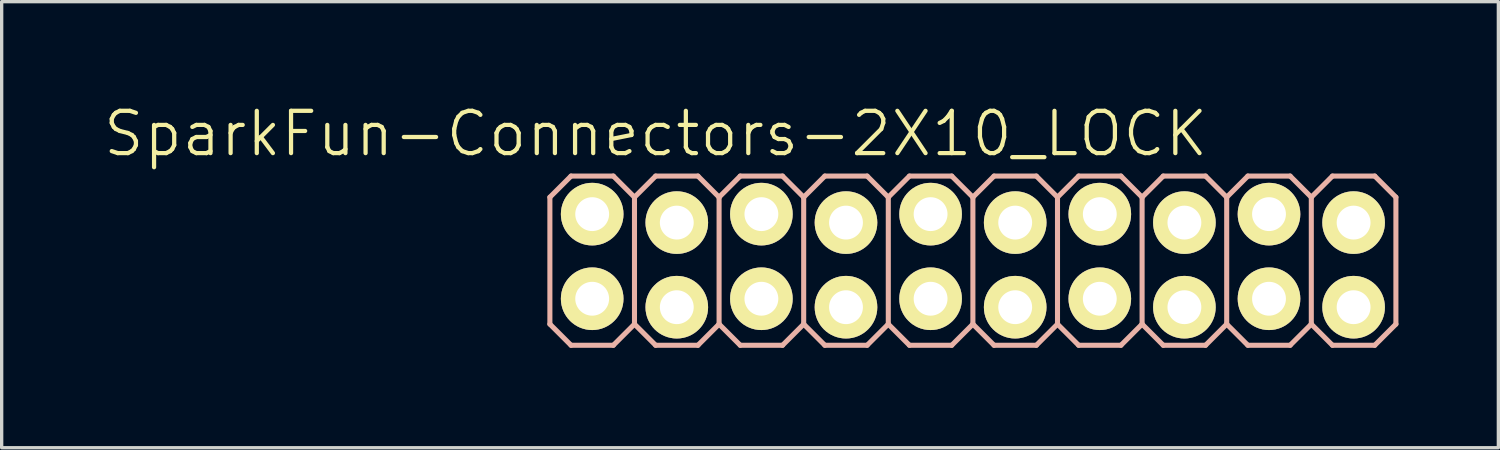
<source format=kicad_pcb>
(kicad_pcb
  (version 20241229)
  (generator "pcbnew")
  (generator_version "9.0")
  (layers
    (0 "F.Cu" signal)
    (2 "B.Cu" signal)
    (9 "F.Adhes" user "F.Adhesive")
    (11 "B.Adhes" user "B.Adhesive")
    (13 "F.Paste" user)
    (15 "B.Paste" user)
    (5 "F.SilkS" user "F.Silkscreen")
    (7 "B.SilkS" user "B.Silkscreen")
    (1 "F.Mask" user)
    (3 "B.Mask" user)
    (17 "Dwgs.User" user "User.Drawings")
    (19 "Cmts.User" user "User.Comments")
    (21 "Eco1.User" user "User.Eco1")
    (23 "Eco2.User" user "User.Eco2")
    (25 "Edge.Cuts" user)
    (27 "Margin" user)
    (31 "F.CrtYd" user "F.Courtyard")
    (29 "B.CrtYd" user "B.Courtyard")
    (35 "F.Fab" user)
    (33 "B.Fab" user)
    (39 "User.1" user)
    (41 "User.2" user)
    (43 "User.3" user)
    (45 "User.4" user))
  (footprint "SparkFun-Connectors-2X10_LOCK"
    (layer "F.Cu")
    (at 26.159 4.776)
    (property "Reference" "SparkFun-Connectors-2X10_LOCK" (at -9.525 -3.81 0) (layer "F.SilkS") (effects (font (size 1.27 1.27) (thickness 0.127))))
    (attr exclude_from_pos_files exclude_from_bom)
    (fp_line (start -11.684 -1.524) (end -11.176 -1.524) (stroke (width 0.066) (type solid)) (layer "F.SilkS"))
    (fp_line (start -11.684 -1.016) (end -11.684 -1.524) (stroke (width 0.066) (type solid)) (layer "F.SilkS"))
    (fp_line (start -11.684 -1.016) (end -11.176 -1.016) (stroke (width 0.066) (type solid)) (layer "F.SilkS"))
    (fp_line (start -11.684 1.016) (end -11.176 1.016) (stroke (width 0.066) (type solid)) (layer "F.SilkS"))
    (fp_line (start -11.684 1.524) (end -11.684 1.016) (stroke (width 0.066) (type solid)) (layer "F.SilkS"))
    (fp_line (start -11.684 1.524) (end -11.176 1.524) (stroke (width 0.066) (type solid)) (layer "F.SilkS"))
    (fp_line (start -11.176 -1.016) (end -11.176 -1.524) (stroke (width 0.066) (type solid)) (layer "F.SilkS"))
    (fp_line (start -11.176 1.524) (end -11.176 1.016) (stroke (width 0.066) (type solid)) (layer "F.SilkS"))
    (fp_line (start -9.144 -1.524) (end -8.636 -1.524) (stroke (width 0.066) (type solid)) (layer "F.SilkS"))
    (fp_line (start -9.144 -1.016) (end -9.144 -1.524) (stroke (width 0.066) (type solid)) (layer "F.SilkS"))
    (fp_line (start -9.144 -1.016) (end -8.636 -1.016) (stroke (width 0.066) (type solid)) (layer "F.SilkS"))
    (fp_line (start -9.144 1.016) (end -8.636 1.016) (stroke (width 0.066) (type solid)) (layer "F.SilkS"))
    (fp_line (start -9.144 1.524) (end -9.144 1.016) (stroke (width 0.066) (type solid)) (layer "F.SilkS"))
    (fp_line (start -9.144 1.524) (end -8.636 1.524) (stroke (width 0.066) (type solid)) (layer "F.SilkS"))
    (fp_line (start -8.636 -1.016) (end -8.636 -1.524) (stroke (width 0.066) (type solid)) (layer "F.SilkS"))
    (fp_line (start -8.636 1.524) (end -8.636 1.016) (stroke (width 0.066) (type solid)) (layer "F.SilkS"))
    (fp_line (start -6.604 -1.524) (end -6.096 -1.524) (stroke (width 0.066) (type solid)) (layer "F.SilkS"))
    (fp_line (start -6.604 -1.016) (end -6.604 -1.524) (stroke (width 0.066) (type solid)) (layer "F.SilkS"))
    (fp_line (start -6.604 -1.016) (end -6.096 -1.016) (stroke (width 0.066) (type solid)) (layer "F.SilkS"))
    (fp_line (start -6.604 1.016) (end -6.096 1.016) (stroke (width 0.066) (type solid)) (layer "F.SilkS"))
    (fp_line (start -6.604 1.524) (end -6.604 1.016) (stroke (width 0.066) (type solid)) (layer "F.SilkS"))
    (fp_line (start -6.604 1.524) (end -6.096 1.524) (stroke (width 0.066) (type solid)) (layer "F.SilkS"))
    (fp_line (start -6.096 -1.016) (end -6.096 -1.524) (stroke (width 0.066) (type solid)) (layer "F.SilkS"))
    (fp_line (start -6.096 1.524) (end -6.096 1.016) (stroke (width 0.066) (type solid)) (layer "F.SilkS"))
    (fp_line (start -4.064 -1.524) (end -3.556 -1.524) (stroke (width 0.066) (type solid)) (layer "F.SilkS"))
    (fp_line (start -4.064 -1.016) (end -4.064 -1.524) (stroke (width 0.066) (type solid)) (layer "F.SilkS"))
    (fp_line (start -4.064 -1.016) (end -3.556 -1.016) (stroke (width 0.066) (type solid)) (layer "F.SilkS"))
    (fp_line (start -4.064 1.016) (end -3.556 1.016) (stroke (width 0.066) (type solid)) (layer "F.SilkS"))
    (fp_line (start -4.064 1.524) (end -4.064 1.016) (stroke (width 0.066) (type solid)) (layer "F.SilkS"))
    (fp_line (start -4.064 1.524) (end -3.556 1.524) (stroke (width 0.066) (type solid)) (layer "F.SilkS"))
    (fp_line (start -3.556 -1.016) (end -3.556 -1.524) (stroke (width 0.066) (type solid)) (layer "F.SilkS"))
    (fp_line (start -3.556 1.524) (end -3.556 1.016) (stroke (width 0.066) (type solid)) (layer "F.SilkS"))
    (fp_line (start -1.524 -1.524) (end -1.016 -1.524) (stroke (width 0.066) (type solid)) (layer "F.SilkS"))
    (fp_line (start -1.524 -1.016) (end -1.524 -1.524) (stroke (width 0.066) (type solid)) (layer "F.SilkS"))
    (fp_line (start -1.524 -1.016) (end -1.016 -1.016) (stroke (width 0.066) (type solid)) (layer "F.SilkS"))
    (fp_line (start -1.524 1.016) (end -1.016 1.016) (stroke (width 0.066) (type solid)) (layer "F.SilkS"))
    (fp_line (start -1.524 1.524) (end -1.524 1.016) (stroke (width 0.066) (type solid)) (layer "F.SilkS"))
    (fp_line (start -1.524 1.524) (end -1.016 1.524) (stroke (width 0.066) (type solid)) (layer "F.SilkS"))
    (fp_line (start -1.016 -1.016) (end -1.016 -1.524) (stroke (width 0.066) (type solid)) (layer "F.SilkS"))
    (fp_line (start -1.016 1.524) (end -1.016 1.016) (stroke (width 0.066) (type solid)) (layer "F.SilkS"))
    (fp_line (start 1.016 -1.524) (end 1.524 -1.524) (stroke (width 0.066) (type solid)) (layer "F.SilkS"))
    (fp_line (start 1.016 -1.016) (end 1.016 -1.524) (stroke (width 0.066) (type solid)) (layer "F.SilkS"))
    (fp_line (start 1.016 -1.016) (end 1.524 -1.016) (stroke (width 0.066) (type solid)) (layer "F.SilkS"))
    (fp_line (start 1.016 1.016) (end 1.524 1.016) (stroke (width 0.066) (type solid)) (layer "F.SilkS"))
    (fp_line (start 1.016 1.524) (end 1.016 1.016) (stroke (width 0.066) (type solid)) (layer "F.SilkS"))
    (fp_line (start 1.016 1.524) (end 1.524 1.524) (stroke (width 0.066) (type solid)) (layer "F.SilkS"))
    (fp_line (start 1.524 -1.016) (end 1.524 -1.524) (stroke (width 0.066) (type solid)) (layer "F.SilkS"))
    (fp_line (start 1.524 1.524) (end 1.524 1.016) (stroke (width 0.066) (type solid)) (layer "F.SilkS"))
    (fp_line (start 3.556 -1.524) (end 4.064 -1.524) (stroke (width 0.066) (type solid)) (layer "F.SilkS"))
    (fp_line (start 3.556 -1.016) (end 3.556 -1.524) (stroke (width 0.066) (type solid)) (layer "F.SilkS"))
    (fp_line (start 3.556 -1.016) (end 4.064 -1.016) (stroke (width 0.066) (type solid)) (layer "F.SilkS"))
    (fp_line (start 3.556 1.016) (end 4.064 1.016) (stroke (width 0.066) (type solid)) (layer "F.SilkS"))
    (fp_line (start 3.556 1.524) (end 3.556 1.016) (stroke (width 0.066) (type solid)) (layer "F.SilkS"))
    (fp_line (start 3.556 1.524) (end 4.064 1.524) (stroke (width 0.066) (type solid)) (layer "F.SilkS"))
    (fp_line (start 4.064 -1.016) (end 4.064 -1.524) (stroke (width 0.066) (type solid)) (layer "F.SilkS"))
    (fp_line (start 4.064 1.524) (end 4.064 1.016) (stroke (width 0.066) (type solid)) (layer "F.SilkS"))
    (fp_line (start 6.096 -1.524) (end 6.604 -1.524) (stroke (width 0.066) (type solid)) (layer "F.SilkS"))
    (fp_line (start 6.096 -1.016) (end 6.096 -1.524) (stroke (width 0.066) (type solid)) (layer "F.SilkS"))
    (fp_line (start 6.096 -1.016) (end 6.604 -1.016) (stroke (width 0.066) (type solid)) (layer "F.SilkS"))
    (fp_line (start 6.096 1.016) (end 6.604 1.016) (stroke (width 0.066) (type solid)) (layer "F.SilkS"))
    (fp_line (start 6.096 1.524) (end 6.096 1.016) (stroke (width 0.066) (type solid)) (layer "F.SilkS"))
    (fp_line (start 6.096 1.524) (end 6.604 1.524) (stroke (width 0.066) (type solid)) (layer "F.SilkS"))
    (fp_line (start 6.604 -1.016) (end 6.604 -1.524) (stroke (width 0.066) (type solid)) (layer "F.SilkS"))
    (fp_line (start 6.604 1.524) (end 6.604 1.016) (stroke (width 0.066) (type solid)) (layer "F.SilkS"))
    (fp_line (start 8.636 -1.524) (end 9.144 -1.524) (stroke (width 0.066) (type solid)) (layer "F.SilkS"))
    (fp_line (start 8.636 -1.016) (end 8.636 -1.524) (stroke (width 0.066) (type solid)) (layer "F.SilkS"))
    (fp_line (start 8.636 -1.016) (end 9.144 -1.016) (stroke (width 0.066) (type solid)) (layer "F.SilkS"))
    (fp_line (start 8.636 1.016) (end 9.144 1.016) (stroke (width 0.066) (type solid)) (layer "F.SilkS"))
    (fp_line (start 8.636 1.524) (end 8.636 1.016) (stroke (width 0.066) (type solid)) (layer "F.SilkS"))
    (fp_line (start 8.636 1.524) (end 9.144 1.524) (stroke (width 0.066) (type solid)) (layer "F.SilkS"))
    (fp_line (start 9.144 -1.016) (end 9.144 -1.524) (stroke (width 0.066) (type solid)) (layer "F.SilkS"))
    (fp_line (start 9.144 1.524) (end 9.144 1.016) (stroke (width 0.066) (type solid)) (layer "F.SilkS"))
    (fp_line (start 11.176 -1.524) (end 11.684 -1.524) (stroke (width 0.066) (type solid)) (layer "F.SilkS"))
    (fp_line (start 11.176 -1.016) (end 11.176 -1.524) (stroke (width 0.066) (type solid)) (layer "F.SilkS"))
    (fp_line (start 11.176 -1.016) (end 11.684 -1.016) (stroke (width 0.066) (type solid)) (layer "F.SilkS"))
    (fp_line (start 11.176 1.016) (end 11.684 1.016) (stroke (width 0.066) (type solid)) (layer "F.SilkS"))
    (fp_line (start 11.176 1.524) (end 11.176 1.016) (stroke (width 0.066) (type solid)) (layer "F.SilkS"))
    (fp_line (start 11.176 1.524) (end 11.684 1.524) (stroke (width 0.066) (type solid)) (layer "F.SilkS"))
    (fp_line (start 11.684 -1.016) (end 11.684 -1.524) (stroke (width 0.066) (type solid)) (layer "F.SilkS"))
    (fp_line (start 11.684 1.524) (end 11.684 1.016) (stroke (width 0.066) (type solid)) (layer "F.SilkS"))
    (fp_line (start -12.7 -1.905) (end -12.065 -2.54) (stroke (width 0.152) (type solid)) (layer "B.SilkS"))
    (fp_line (start -12.7 1.905) (end -12.7 -1.905) (stroke (width 0.152) (type solid)) (layer "B.SilkS"))
    (fp_line (start -12.7 1.905) (end -12.065 2.54) (stroke (width 0.152) (type solid)) (layer "B.SilkS"))
    (fp_line (start -12.065 -2.54) (end -10.795 -2.54) (stroke (width 0.152) (type solid)) (layer "B.SilkS"))
    (fp_line (start -12.065 2.54) (end -10.795 2.54) (stroke (width 0.152) (type solid)) (layer "B.SilkS"))
    (fp_line (start -10.795 -2.54) (end -10.16 -1.905) (stroke (width 0.152) (type solid)) (layer "B.SilkS"))
    (fp_line (start -10.795 2.54) (end -10.16 1.905) (stroke (width 0.152) (type solid)) (layer "B.SilkS"))
    (fp_line (start -10.16 -1.905) (end -10.16 1.905) (stroke (width 0.152) (type solid)) (layer "B.SilkS"))
    (fp_line (start -10.16 -1.905) (end -9.525 -2.54) (stroke (width 0.152) (type solid)) (layer "B.SilkS"))
    (fp_line (start -10.16 1.905) (end -9.525 2.54) (stroke (width 0.152) (type solid)) (layer "B.SilkS"))
    (fp_line (start -9.525 -2.54) (end -8.255 -2.54) (stroke (width 0.152) (type solid)) (layer "B.SilkS"))
    (fp_line (start -9.525 2.54) (end -8.255 2.54) (stroke (width 0.152) (type solid)) (layer "B.SilkS"))
    (fp_line (start -8.255 -2.54) (end -7.62 -1.905) (stroke (width 0.152) (type solid)) (layer "B.SilkS"))
    (fp_line (start -8.255 2.54) (end -7.62 1.905) (stroke (width 0.152) (type solid)) (layer "B.SilkS"))
    (fp_line (start -7.62 -1.905) (end -7.62 1.905) (stroke (width 0.152) (type solid)) (layer "B.SilkS"))
    (fp_line (start -7.62 -1.905) (end -6.985 -2.54) (stroke (width 0.152) (type solid)) (layer "B.SilkS"))
    (fp_line (start -7.62 1.905) (end -6.985 2.54) (stroke (width 0.152) (type solid)) (layer "B.SilkS"))
    (fp_line (start -6.985 -2.54) (end -5.715 -2.54) (stroke (width 0.152) (type solid)) (layer "B.SilkS"))
    (fp_line (start -6.985 2.54) (end -5.715 2.54) (stroke (width 0.152) (type solid)) (layer "B.SilkS"))
    (fp_line (start -5.715 -2.54) (end -5.08 -1.905) (stroke (width 0.152) (type solid)) (layer "B.SilkS"))
    (fp_line (start -5.715 2.54) (end -5.08 1.905) (stroke (width 0.152) (type solid)) (layer "B.SilkS"))
    (fp_line (start -5.08 -1.905) (end -5.08 1.905) (stroke (width 0.152) (type solid)) (layer "B.SilkS"))
    (fp_line (start -5.08 -1.905) (end -4.445 -2.54) (stroke (width 0.152) (type solid)) (layer "B.SilkS"))
    (fp_line (start -5.08 1.905) (end -4.445 2.54) (stroke (width 0.152) (type solid)) (layer "B.SilkS"))
    (fp_line (start -4.445 -2.54) (end -3.175 -2.54) (stroke (width 0.152) (type solid)) (layer "B.SilkS"))
    (fp_line (start -4.445 2.54) (end -3.175 2.54) (stroke (width 0.152) (type solid)) (layer "B.SilkS"))
    (fp_line (start -3.175 -2.54) (end -2.54 -1.905) (stroke (width 0.152) (type solid)) (layer "B.SilkS"))
    (fp_line (start -3.175 2.54) (end -2.54 1.905) (stroke (width 0.152) (type solid)) (layer "B.SilkS"))
    (fp_line (start -2.54 -1.905) (end -2.54 1.905) (stroke (width 0.152) (type solid)) (layer "B.SilkS"))
    (fp_line (start -2.54 -1.905) (end -1.905 -2.54) (stroke (width 0.152) (type solid)) (layer "B.SilkS"))
    (fp_line (start -2.54 1.905) (end -1.905 2.54) (stroke (width 0.152) (type solid)) (layer "B.SilkS"))
    (fp_line (start -1.905 -2.54) (end -0.635 -2.54) (stroke (width 0.152) (type solid)) (layer "B.SilkS"))
    (fp_line (start -1.905 2.54) (end -0.635 2.54) (stroke (width 0.152) (type solid)) (layer "B.SilkS"))
    (fp_line (start -0.635 -2.54) (end 0 -1.905) (stroke (width 0.152) (type solid)) (layer "B.SilkS"))
    (fp_line (start -0.635 2.54) (end 0 1.905) (stroke (width 0.152) (type solid)) (layer "B.SilkS"))
    (fp_line (start 0 -1.905) (end 0 1.905) (stroke (width 0.152) (type solid)) (layer "B.SilkS"))
    (fp_line (start 0 -1.905) (end 0.635 -2.54) (stroke (width 0.152) (type solid)) (layer "B.SilkS"))
    (fp_line (start 0 1.905) (end 0.635 2.54) (stroke (width 0.152) (type solid)) (layer "B.SilkS"))
    (fp_line (start 0.635 -2.54) (end 1.905 -2.54) (stroke (width 0.152) (type solid)) (layer "B.SilkS"))
    (fp_line (start 0.635 2.54) (end 1.905 2.54) (stroke (width 0.152) (type solid)) (layer "B.SilkS"))
    (fp_line (start 1.905 -2.54) (end 2.54 -1.905) (stroke (width 0.152) (type solid)) (layer "B.SilkS"))
    (fp_line (start 1.905 2.54) (end 2.54 1.905) (stroke (width 0.152) (type solid)) (layer "B.SilkS"))
    (fp_line (start 2.54 -1.905) (end 2.54 1.905) (stroke (width 0.152) (type solid)) (layer "B.SilkS"))
    (fp_line (start 2.54 -1.905) (end 3.175 -2.54) (stroke (width 0.152) (type solid)) (layer "B.SilkS"))
    (fp_line (start 2.54 1.905) (end 3.175 2.54) (stroke (width 0.152) (type solid)) (layer "B.SilkS"))
    (fp_line (start 3.175 -2.54) (end 4.445 -2.54) (stroke (width 0.152) (type solid)) (layer "B.SilkS"))
    (fp_line (start 3.175 2.54) (end 4.445 2.54) (stroke (width 0.152) (type solid)) (layer "B.SilkS"))
    (fp_line (start 4.445 -2.54) (end 5.08 -1.905) (stroke (width 0.152) (type solid)) (layer "B.SilkS"))
    (fp_line (start 5.08 -1.905) (end 5.08 1.905) (stroke (width 0.152) (type solid)) (layer "B.SilkS"))
    (fp_line (start 5.08 -1.905) (end 5.715 -2.54) (stroke (width 0.152) (type solid)) (layer "B.SilkS"))
    (fp_line (start 5.08 1.905) (end 4.445 2.54) (stroke (width 0.152) (type solid)) (layer "B.SilkS"))
    (fp_line (start 5.08 1.905) (end 5.715 2.54) (stroke (width 0.152) (type solid)) (layer "B.SilkS"))
    (fp_line (start 5.715 -2.54) (end 6.985 -2.54) (stroke (width 0.152) (type solid)) (layer "B.SilkS"))
    (fp_line (start 5.715 2.54) (end 6.985 2.54) (stroke (width 0.152) (type solid)) (layer "B.SilkS"))
    (fp_line (start 6.985 -2.54) (end 7.62 -1.905) (stroke (width 0.152) (type solid)) (layer "B.SilkS"))
    (fp_line (start 7.62 -1.905) (end 7.62 1.905) (stroke (width 0.152) (type solid)) (layer "B.SilkS"))
    (fp_line (start 7.62 -1.905) (end 8.255 -2.54) (stroke (width 0.152) (type solid)) (layer "B.SilkS"))
    (fp_line (start 7.62 1.905) (end 6.985 2.54) (stroke (width 0.152) (type solid)) (layer "B.SilkS"))
    (fp_line (start 7.62 1.905) (end 8.255 2.54) (stroke (width 0.152) (type solid)) (layer "B.SilkS"))
    (fp_line (start 8.255 -2.54) (end 9.525 -2.54) (stroke (width 0.152) (type solid)) (layer "B.SilkS"))
    (fp_line (start 8.255 2.54) (end 9.525 2.54) (stroke (width 0.152) (type solid)) (layer "B.SilkS"))
    (fp_line (start 9.525 -2.54) (end 10.16 -1.905) (stroke (width 0.152) (type solid)) (layer "B.SilkS"))
    (fp_line (start 10.16 -1.905) (end 10.16 1.905) (stroke (width 0.152) (type solid)) (layer "B.SilkS"))
    (fp_line (start 10.16 -1.905) (end 10.795 -2.54) (stroke (width 0.152) (type solid)) (layer "B.SilkS"))
    (fp_line (start 10.16 1.905) (end 9.525 2.54) (stroke (width 0.152) (type solid)) (layer "B.SilkS"))
    (fp_line (start 10.16 1.905) (end 10.795 2.54) (stroke (width 0.152) (type solid)) (layer "B.SilkS"))
    (fp_line (start 10.795 -2.54) (end 12.065 -2.54) (stroke (width 0.152) (type solid)) (layer "B.SilkS"))
    (fp_line (start 10.795 2.54) (end 12.065 2.54) (stroke (width 0.152) (type solid)) (layer "B.SilkS"))
    (fp_line (start 12.065 -2.54) (end 12.7 -1.905) (stroke (width 0.152) (type solid)) (layer "B.SilkS"))
    (fp_line (start 12.7 -1.905) (end 12.7 1.905) (stroke (width 0.152) (type solid)) (layer "B.SilkS"))
    (fp_line (start 12.7 1.905) (end 12.065 2.54) (stroke (width 0.152) (type solid)) (layer "B.SilkS"))
    (pad "1" thru_hole circle (at -11.43 1.143) (size 1.88 1.88) (drill 1.016) (layers "*.Cu" "F.Mask" "F.SilkS" "F.Paste"))
    (pad "2" thru_hole circle (at -11.43 -1.397) (size 1.88 1.88) (drill 1.016) (layers "*.Cu" "F.Mask" "F.SilkS" "F.Paste"))
    (pad "3" thru_hole circle (at -8.89 1.397) (size 1.88 1.88) (drill 1.016) (layers "*.Cu" "F.Mask" "F.SilkS" "F.Paste"))
    (pad "4" thru_hole circle (at -8.89 -1.143) (size 1.88 1.88) (drill 1.016) (layers "*.Cu" "F.Mask" "F.SilkS" "F.Paste"))
    (pad "5" thru_hole circle (at -6.35 1.143) (size 1.88 1.88) (drill 1.016) (layers "*.Cu" "F.Mask" "F.SilkS" "F.Paste"))
    (pad "6" thru_hole circle (at -6.35 -1.397) (size 1.88 1.88) (drill 1.016) (layers "*.Cu" "F.Mask" "F.SilkS" "F.Paste"))
    (pad "7" thru_hole circle (at -3.81 1.397) (size 1.88 1.88) (drill 1.016) (layers "*.Cu" "F.Mask" "F.SilkS" "F.Paste"))
    (pad "8" thru_hole circle (at -3.81 -1.143) (size 1.88 1.88) (drill 1.016) (layers "*.Cu" "F.Mask" "F.SilkS" "F.Paste"))
    (pad "9" thru_hole circle (at -1.27 1.143) (size 1.88 1.88) (drill 1.016) (layers "*.Cu" "F.Mask" "F.SilkS" "F.Paste"))
    (pad "10" thru_hole circle (at -1.27 -1.397) (size 1.88 1.88) (drill 1.016) (layers "*.Cu" "F.Mask" "F.SilkS" "F.Paste"))
    (pad "11" thru_hole circle (at 1.27 1.397) (size 1.88 1.88) (drill 1.016) (layers "*.Cu" "F.Mask" "F.SilkS" "F.Paste"))
    (pad "12" thru_hole circle (at 1.27 -1.143) (size 1.88 1.88) (drill 1.016) (layers "*.Cu" "F.Mask" "F.SilkS" "F.Paste"))
    (pad "13" thru_hole circle (at 3.81 1.143) (size 1.88 1.88) (drill 1.016) (layers "*.Cu" "F.Mask" "F.SilkS" "F.Paste"))
    (pad "14" thru_hole circle (at 3.81 -1.397) (size 1.88 1.88) (drill 1.016) (layers "*.Cu" "F.Mask" "F.SilkS" "F.Paste"))
    (pad "15" thru_hole circle (at 6.35 1.397) (size 1.88 1.88) (drill 1.016) (layers "*.Cu" "F.Mask" "F.SilkS" "F.Paste"))
    (pad "16" thru_hole circle (at 6.35 -1.143) (size 1.88 1.88) (drill 1.016) (layers "*.Cu" "F.Mask" "F.SilkS" "F.Paste"))
    (pad "17" thru_hole circle (at 8.89 1.143) (size 1.88 1.88) (drill 1.016) (layers "*.Cu" "F.Mask" "F.SilkS" "F.Paste"))
    (pad "18" thru_hole circle (at 8.89 -1.397) (size 1.88 1.88) (drill 1.016) (layers "*.Cu" "F.Mask" "F.SilkS" "F.Paste"))
    (pad "19" thru_hole circle (at 11.43 1.397) (size 1.88 1.88) (drill 1.016) (layers "*.Cu" "F.Mask" "F.SilkS" "F.Paste"))
    (pad "20" thru_hole circle (at 11.43 -1.143) (size 1.88 1.88) (drill 1.016) (layers "*.Cu" "F.Mask" "F.SilkS" "F.Paste")))
  (gr_rect
    (start -3 -3)
    (end 41.935 10.392)
    (stroke (width 0.1) (type default))
    (fill no)
    (layer "Edge.Cuts")))
</source>
